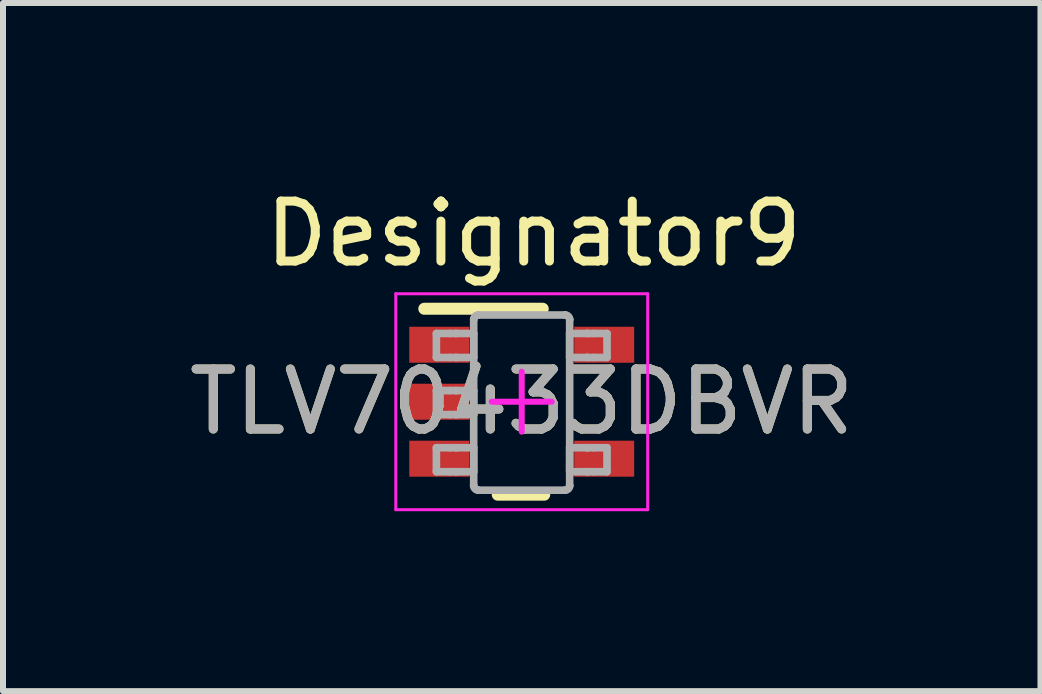
<source format=kicad_pcb>
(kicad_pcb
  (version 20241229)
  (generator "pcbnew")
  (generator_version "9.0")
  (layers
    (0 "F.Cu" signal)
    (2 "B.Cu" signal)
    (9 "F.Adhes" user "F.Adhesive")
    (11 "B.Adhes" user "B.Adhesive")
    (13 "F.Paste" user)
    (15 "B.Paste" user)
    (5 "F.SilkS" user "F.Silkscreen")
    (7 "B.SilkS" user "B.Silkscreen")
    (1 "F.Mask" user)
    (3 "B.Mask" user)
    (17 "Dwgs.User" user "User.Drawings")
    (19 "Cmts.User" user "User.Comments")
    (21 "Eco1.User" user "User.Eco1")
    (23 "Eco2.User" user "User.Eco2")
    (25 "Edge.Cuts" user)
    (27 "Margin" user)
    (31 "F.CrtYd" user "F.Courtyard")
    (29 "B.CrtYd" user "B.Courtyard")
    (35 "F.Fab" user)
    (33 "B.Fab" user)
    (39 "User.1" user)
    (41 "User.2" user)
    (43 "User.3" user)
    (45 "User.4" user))
  (footprint "TLV70433DBVR"
    (layer "F.Cu")
    (at 5.649 3.648)
    (property "Reference" "TLV70433DBVR" (at 0 0 0) (unlocked yes) (layer "F.SilkS") (effects (font (size 1 1) (thickness 0.15))))
    (attr smd)
    (fp_line (start -1.625 -1.55) (end 0.35 -1.55) (stroke (width 0.2) (type solid)) (layer "F.SilkS"))
    (fp_line (start -0.4 1.55) (end 0.375 1.55) (stroke (width 0.2) (type solid)) (layer "F.SilkS"))
    (fp_line (start -2.1 -1.8) (end 2.1 -1.8) (stroke (width 0.05) (type solid)) (layer "F.CrtYd"))
    (fp_line (start -2.1 1.8) (end -2.1 -1.8) (stroke (width 0.05) (type solid)) (layer "F.CrtYd"))
    (fp_line (start -2.1 1.8) (end 2.1 1.8) (stroke (width 0.05) (type solid)) (layer "F.CrtYd"))
    (fp_line (start -0.5 0) (end 0.5 0) (stroke (width 0.1) (type solid)) (layer "F.CrtYd"))
    (fp_line (start 0 0.5) (end 0 -0.5) (stroke (width 0.1) (type solid)) (layer "F.CrtYd"))
    (fp_line (start 2.1 1.8) (end 2.1 -1.8) (stroke (width 0.05) (type solid)) (layer "F.CrtYd"))
    (fp_line (start -1.423 -1.138) (end -1.199 -1.138) (stroke (width 0.127) (type solid)) (layer "F.Fab"))
    (fp_line (start -1.423 -0.738) (end -1.423 -1.138) (stroke (width 0.127) (type solid)) (layer "F.Fab"))
    (fp_line (start -1.423 -0.738) (end -1.199 -0.738) (stroke (width 0.127) (type solid)) (layer "F.Fab"))
    (fp_line (start -1.423 -0.186) (end -1.199 -0.186) (stroke (width 0.127) (type solid)) (layer "F.Fab"))
    (fp_line (start -1.423 0.215) (end -1.423 -0.186) (stroke (width 0.127) (type solid)) (layer "F.Fab"))
    (fp_line (start -1.423 0.215) (end -1.199 0.215) (stroke (width 0.127) (type solid)) (layer "F.Fab"))
    (fp_line (start -1.423 0.767) (end -1.199 0.767) (stroke (width 0.127) (type solid)) (layer "F.Fab"))
    (fp_line (start -1.423 1.167) (end -1.423 0.767) (stroke (width 0.127) (type solid)) (layer "F.Fab"))
    (fp_line (start -1.423 1.167) (end -1.199 1.167) (stroke (width 0.127) (type solid)) (layer "F.Fab"))
    (fp_line (start -1.199 -1.138) (end -1.105 -1.138) (stroke (width 0.127) (type solid)) (layer "F.Fab"))
    (fp_line (start -1.199 -0.738) (end -1.105 -0.738) (stroke (width 0.127) (type solid)) (layer "F.Fab"))
    (fp_line (start -1.199 -0.186) (end -1.105 -0.186) (stroke (width 0.127) (type solid)) (layer "F.Fab"))
    (fp_line (start -1.199 0.215) (end -1.105 0.215) (stroke (width 0.127) (type solid)) (layer "F.Fab"))
    (fp_line (start -1.199 0.767) (end -1.105 0.767) (stroke (width 0.127) (type solid)) (layer "F.Fab"))
    (fp_line (start -1.199 1.167) (end -1.105 1.167) (stroke (width 0.127) (type solid)) (layer "F.Fab"))
    (fp_line (start -1.105 -1.138) (end -1.088 -1.138) (stroke (width 0.127) (type solid)) (layer "F.Fab"))
    (fp_line (start -1.105 -0.738) (end -1.088 -0.738) (stroke (width 0.127) (type solid)) (layer "F.Fab"))
    (fp_line (start -1.105 -0.186) (end -1.088 -0.186) (stroke (width 0.127) (type solid)) (layer "F.Fab"))
    (fp_line (start -1.105 0.215) (end -1.088 0.215) (stroke (width 0.127) (type solid)) (layer "F.Fab"))
    (fp_line (start -1.105 0.767) (end -1.088 0.767) (stroke (width 0.127) (type solid)) (layer "F.Fab"))
    (fp_line (start -1.105 1.167) (end -1.088 1.167) (stroke (width 0.127) (type solid)) (layer "F.Fab"))
    (fp_line (start -1.088 -1.138) (end -0.835 -1.138) (stroke (width 0.127) (type solid)) (layer "F.Fab"))
    (fp_line (start -1.088 -0.738) (end -0.835 -0.738) (stroke (width 0.127) (type solid)) (layer "F.Fab"))
    (fp_line (start -1.088 -0.186) (end -0.835 -0.186) (stroke (width 0.127) (type solid)) (layer "F.Fab"))
    (fp_line (start -1.088 0.215) (end -0.835 0.215) (stroke (width 0.127) (type solid)) (layer "F.Fab"))
    (fp_line (start -1.088 0.767) (end -0.835 0.767) (stroke (width 0.127) (type solid)) (layer "F.Fab"))
    (fp_line (start -1.088 1.167) (end -0.835 1.167) (stroke (width 0.127) (type solid)) (layer "F.Fab"))
    (fp_line (start -0.835 -1.138) (end -0.801 -1.138) (stroke (width 0.127) (type solid)) (layer "F.Fab"))
    (fp_line (start -0.835 -0.738) (end -0.801 -0.738) (stroke (width 0.127) (type solid)) (layer "F.Fab"))
    (fp_line (start -0.835 -0.186) (end -0.801 -0.186) (stroke (width 0.127) (type solid)) (layer "F.Fab"))
    (fp_line (start -0.835 0.215) (end -0.801 0.215) (stroke (width 0.127) (type solid)) (layer "F.Fab"))
    (fp_line (start -0.835 0.767) (end -0.801 0.767) (stroke (width 0.127) (type solid)) (layer "F.Fab"))
    (fp_line (start -0.835 1.167) (end -0.801 1.167) (stroke (width 0.127) (type solid)) (layer "F.Fab"))
    (fp_line (start -0.801 -1.37) (end -0.801 -1.371) (stroke (width 0.127) (type solid)) (layer "F.Fab"))
    (fp_line (start -0.801 -0.738) (end -0.801 -1.138) (stroke (width 0.127) (type solid)) (layer "F.Fab"))
    (fp_line (start -0.801 0.215) (end -0.801 -0.186) (stroke (width 0.127) (type solid)) (layer "F.Fab"))
    (fp_line (start -0.801 1.167) (end -0.801 0.767) (stroke (width 0.127) (type solid)) (layer "F.Fab"))
    (fp_line (start -0.801 1.399) (end -0.801 -1.37) (stroke (width 0.127) (type solid)) (layer "F.Fab"))
    (fp_line (start -0.801 1.4) (end -0.801 1.399) (stroke (width 0.127) (type solid)) (layer "F.Fab"))
    (fp_line (start -0.725 -1.446) (end -0.725 -1.446) (stroke (width 0.127) (type solid)) (layer "F.Fab"))
    (fp_line (start -0.725 1.475) (end -0.725 1.475) (stroke (width 0.127) (type solid)) (layer "F.Fab"))
    (fp_line (start -0.725 -1.446) (end 0.723 -1.446) (stroke (width 0.127) (type solid)) (layer "F.Fab"))
    (fp_line (start -0.725 1.475) (end 0.723 1.475) (stroke (width 0.127) (type solid)) (layer "F.Fab"))
    (fp_line (start 0.723 -1.446) (end 0.724 -1.446) (stroke (width 0.127) (type solid)) (layer "F.Fab"))
    (fp_line (start 0.723 1.475) (end 0.724 1.475) (stroke (width 0.127) (type solid)) (layer "F.Fab"))
    (fp_line (start 0.799 -1.37) (end 0.799 -1.371) (stroke (width 0.127) (type solid)) (layer "F.Fab"))
    (fp_line (start 0.799 -1.138) (end 0.834 -1.138) (stroke (width 0.127) (type solid)) (layer "F.Fab"))
    (fp_line (start 0.799 -0.738) (end 0.799 -1.138) (stroke (width 0.127) (type solid)) (layer "F.Fab"))
    (fp_line (start 0.799 -0.738) (end 0.834 -0.738) (stroke (width 0.127) (type solid)) (layer "F.Fab"))
    (fp_line (start 0.799 0.767) (end 0.834 0.767) (stroke (width 0.127) (type solid)) (layer "F.Fab"))
    (fp_line (start 0.799 1.167) (end 0.799 0.767) (stroke (width 0.127) (type solid)) (layer "F.Fab"))
    (fp_line (start 0.799 1.167) (end 0.834 1.167) (stroke (width 0.127) (type solid)) (layer "F.Fab"))
    (fp_line (start 0.799 1.399) (end 0.799 -1.37) (stroke (width 0.127) (type solid)) (layer "F.Fab"))
    (fp_line (start 0.799 1.4) (end 0.799 1.399) (stroke (width 0.127) (type solid)) (layer "F.Fab"))
    (fp_line (start 0.834 -1.138) (end 1.087 -1.138) (stroke (width 0.127) (type solid)) (layer "F.Fab"))
    (fp_line (start 0.834 -0.738) (end 1.087 -0.738) (stroke (width 0.127) (type solid)) (layer "F.Fab"))
    (fp_line (start 0.834 0.767) (end 1.087 0.767) (stroke (width 0.127) (type solid)) (layer "F.Fab"))
    (fp_line (start 0.834 1.167) (end 1.087 1.167) (stroke (width 0.127) (type solid)) (layer "F.Fab"))
    (fp_line (start 1.087 -1.138) (end 1.103 -1.138) (stroke (width 0.127) (type solid)) (layer "F.Fab"))
    (fp_line (start 1.087 -0.738) (end 1.103 -0.738) (stroke (width 0.127) (type solid)) (layer "F.Fab"))
    (fp_line (start 1.087 0.767) (end 1.103 0.767) (stroke (width 0.127) (type solid)) (layer "F.Fab"))
    (fp_line (start 1.087 1.167) (end 1.103 1.167) (stroke (width 0.127) (type solid)) (layer "F.Fab"))
    (fp_line (start 1.103 -1.138) (end 1.198 -1.138) (stroke (width 0.127) (type solid)) (layer "F.Fab"))
    (fp_line (start 1.103 -0.738) (end 1.198 -0.738) (stroke (width 0.127) (type solid)) (layer "F.Fab"))
    (fp_line (start 1.103 0.767) (end 1.198 0.767) (stroke (width 0.127) (type solid)) (layer "F.Fab"))
    (fp_line (start 1.103 1.167) (end 1.198 1.167) (stroke (width 0.127) (type solid)) (layer "F.Fab"))
    (fp_line (start 1.198 -1.138) (end 1.422 -1.138) (stroke (width 0.127) (type solid)) (layer "F.Fab"))
    (fp_line (start 1.198 -0.738) (end 1.422 -0.738) (stroke (width 0.127) (type solid)) (layer "F.Fab"))
    (fp_line (start 1.198 0.767) (end 1.422 0.767) (stroke (width 0.127) (type solid)) (layer "F.Fab"))
    (fp_line (start 1.198 1.167) (end 1.422 1.167) (stroke (width 0.127) (type solid)) (layer "F.Fab"))
    (fp_line (start 1.422 -0.738) (end 1.422 -1.138) (stroke (width 0.127) (type solid)) (layer "F.Fab"))
    (fp_line (start 1.422 1.167) (end 1.422 0.767) (stroke (width 0.127) (type solid)) (layer "F.Fab"))
    (fp_arc (start -0.80074 -1.37084) (mid -0.778218 -1.423887) (end -0.724999 -1.445998) (stroke (width 0.127) (type solid)) (layer "F.Fab"))
    (fp_arc (start -0.724999 1.475) (mid -0.778213 1.452901) (end -0.80074 1.399867) (stroke (width 0.127) (type solid)) (layer "F.Fab"))
    (fp_arc (start 0.723714 -1.445998) (mid 0.776933 -1.423887) (end 0.799455 -1.37084) (stroke (width 0.127) (type solid)) (layer "F.Fab"))
    (fp_arc (start 0.799455 1.399868) (mid 0.776927 1.452901) (end 0.723713 1.475) (stroke (width 0.127) (type solid)) (layer "F.Fab"))
    (fp_text user "Designator9" (at 0.2 -2.8 0) (unlocked yes) (layer "F.SilkS") (effects (font (size 1 1) (thickness 0.15))))
    (fp_text user "${REFERENCE}" (at 0 0 0) (unlocked yes) (layer "F.Fab") (effects (font (size 1 1) (thickness 0.15))))
    (pad "1" smd rect (at -1.375 -0.95 90) (size 0.6 1) (layers "F.Cu" "F.Mask" "F.Paste"))
    (pad "2" smd rect (at -1.375 0 90) (size 0.6 1) (layers "F.Cu" "F.Mask" "F.Paste"))
    (pad "3" smd rect (at -1.375 0.95 90) (size 0.6 1) (layers "F.Cu" "F.Mask" "F.Paste"))
    (pad "4" smd rect (at 1.375 0.95 90) (size 0.6 1) (layers "F.Cu" "F.Mask" "F.Paste"))
    (pad "5" smd rect (at 1.375 -0.95 90) (size 0.6 1) (layers "F.Cu" "F.Mask" "F.Paste")))
  (gr_rect
    (start -3 -3)
    (end 14.298 8.473)
    (stroke (width 0.1) (type default))
    (fill no)
    (layer "Edge.Cuts")))
</source>
